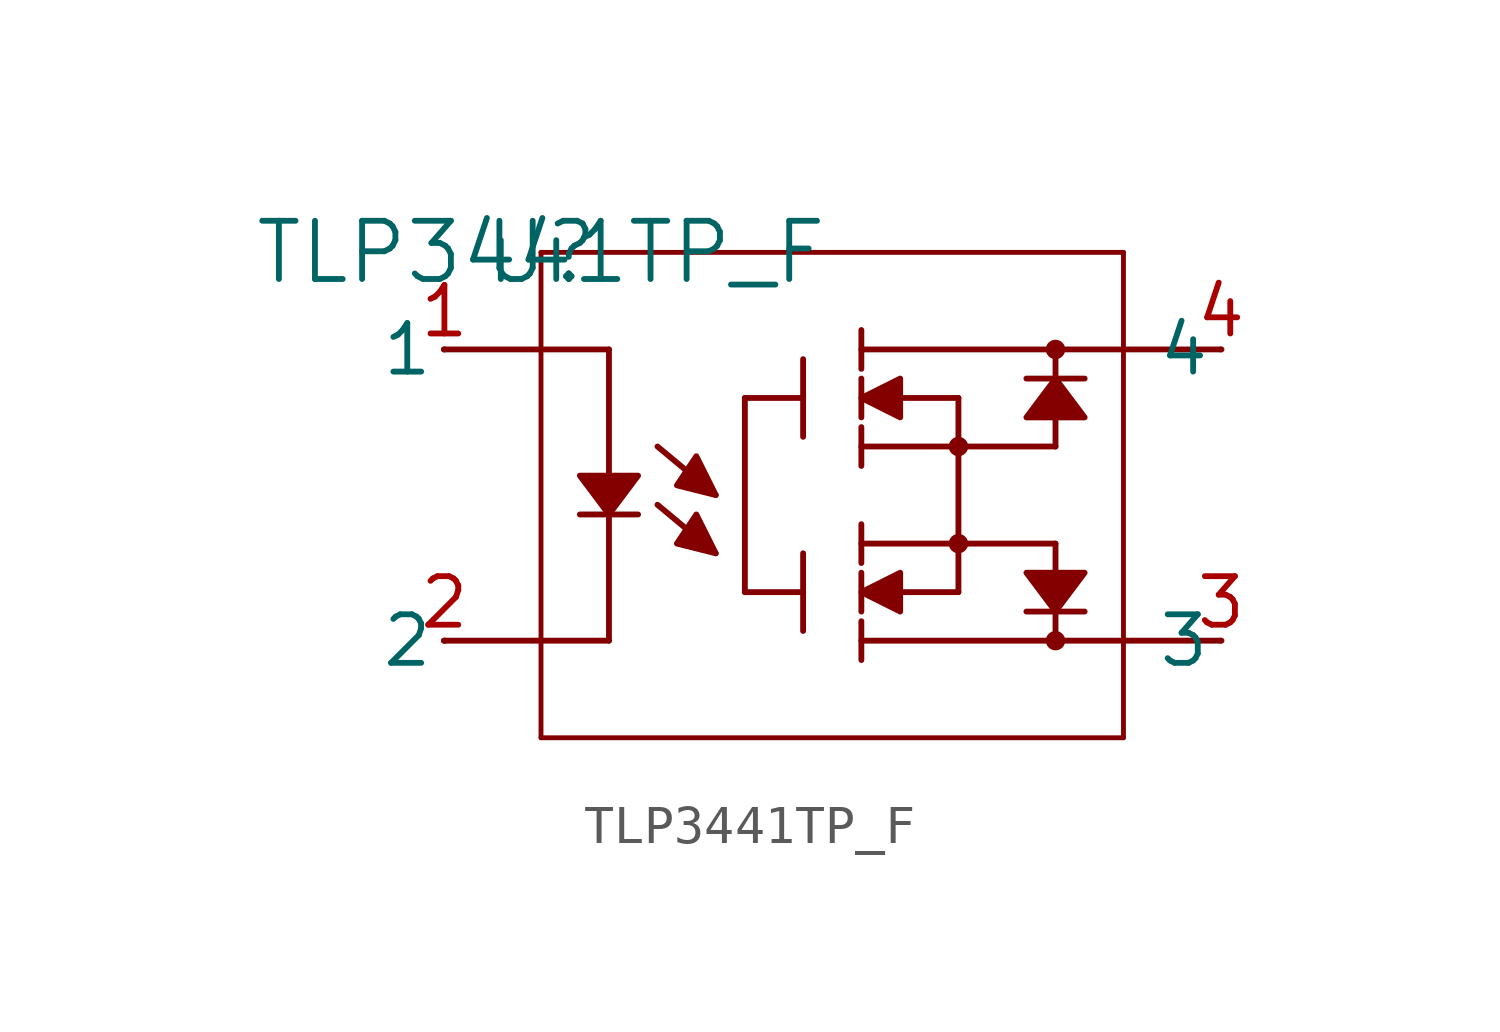
<source format=kicad_sym>
(kicad_symbol_lib
  (version 20211014)
  (generator kicad_symbol_editor)
  (symbol "TLP3441TP_F"
    (pin_names
      (offset 0.254))
    (property "Reference" "U"
      (at 0 0 0)
      (effects (font (size 1.524 1.524))))
    (property "Value" "TLP3441TP_F"
      (at 0 0 0)
      (effects (font (size 1.524 1.524))))
    (symbol "TLP3441TP_F_0_1"
      (polyline (pts (xy 4.572 -7.874) (xy 4.572 -7.874) (xy 4.064 -6.858) (xy 3.556 -7.62) (xy 4.572 -7.874)) (stroke (width 0) (type default) (color 0 0 0 0)) (fill (type outline)))
      (polyline (pts (xy -2.54 -2.54) (xy 0 -2.54)) (stroke (width 0) (type default) (color 0 0 0 0)) (fill (type none)))
      (polyline (pts (xy -2.54 -10.16) (xy 0 -10.16)) (stroke (width 0) (type default) (color 0 0 0 0)) (fill (type none)))
      (polyline (pts (xy 17.78 -10.16) (xy 15.24 -10.16)) (stroke (width 0) (type default) (color 0 0 0 0)) (fill (type none)))
      (polyline (pts (xy 17.78 -2.54) (xy 15.24 -2.54)) (stroke (width 0) (type default) (color 0 0 0 0)) (fill (type none)))
      (polyline (pts (xy 0 -12.7) (xy 0 0)) (stroke (width 0.127) (type default) (color 0 0 0 0)) (fill (type none)))
      (polyline (pts (xy 0 0) (xy 15.24 0)) (stroke (width 0.127) (type default) (color 0 0 0 0)) (fill (type none)))
      (polyline (pts (xy 15.24 0) (xy 15.24 -12.7)) (stroke (width 0.127) (type default) (color 0 0 0 0)) (fill (type none)))
      (polyline (pts (xy 15.24 -12.7) (xy 0 -12.7)) (stroke (width 0.127) (type default) (color 0 0 0 0)) (fill (type none)))
      (polyline (pts (xy 1.016 -6.858) (xy 2.54 -6.858)) (stroke (width 0) (type default) (color 0 0 0 0)) (fill (type none)))
      (polyline (pts (xy 1.778 -10.16) (xy 1.778 -6.858)) (stroke (width 0) (type default) (color 0 0 0 0)) (fill (type none)))
      (polyline (pts (xy 1.778 -2.54) (xy 1.778 -5.842)) (stroke (width 0) (type default) (color 0 0 0 0)) (fill (type none)))
      (polyline (pts (xy 1.778 -2.54) (xy 0 -2.54)) (stroke (width 0) (type default) (color 0 0 0 0)) (fill (type none)))
      (polyline (pts (xy 1.778 -10.16) (xy 0 -10.16)) (stroke (width 0) (type default) (color 0 0 0 0)) (fill (type none)))
      (polyline (pts (xy 12.7 -9.398) (xy 14.224 -9.398)) (stroke (width 0) (type default) (color 0 0 0 0)) (fill (type none)))
      (polyline (pts (xy 13.462 -9.398) (xy 13.462 -10.16)) (stroke (width 0) (type default) (color 0 0 0 0)) (fill (type none)))
      (polyline (pts (xy 13.462 -7.62) (xy 13.462 -8.382)) (stroke (width 0) (type default) (color 0 0 0 0)) (fill (type none)))
      (polyline (pts (xy 13.462 -2.54) (xy 13.462 -3.302)) (stroke (width 0) (type default) (color 0 0 0 0)) (fill (type none)))
      (polyline (pts (xy 12.7 -3.302) (xy 14.224 -3.302)) (stroke (width 0) (type default) (color 0 0 0 0)) (fill (type none)))
      (polyline (pts (xy 13.462 -4.318) (xy 13.462 -5.08)) (stroke (width 0) (type default) (color 0 0 0 0)) (fill (type none)))
      (polyline (pts (xy 8.382 -5.08) (xy 13.462 -5.08)) (stroke (width 0) (type default) (color 0 0 0 0)) (fill (type none)))
      (polyline (pts (xy 8.382 -7.62) (xy 13.462 -7.62)) (stroke (width 0) (type default) (color 0 0 0 0)) (fill (type none)))
      (polyline (pts (xy 9.398 -3.81) (xy 10.922 -3.81)) (stroke (width 0) (type default) (color 0 0 0 0)) (fill (type none)))
      (polyline (pts (xy 8.382 -2.54) (xy 15.24 -2.54)) (stroke (width 0) (type default) (color 0 0 0 0)) (fill (type none)))
      (polyline (pts (xy 10.922 -3.81) (xy 10.922 -8.89)) (stroke (width 0) (type default) (color 0 0 0 0)) (fill (type none)))
      (polyline (pts (xy 9.398 -8.89) (xy 10.922 -8.89)) (stroke (width 0) (type default) (color 0 0 0 0)) (fill (type none)))
      (polyline (pts (xy 8.382 -10.16) (xy 15.24 -10.16)) (stroke (width 0) (type default) (color 0 0 0 0)) (fill (type none)))
      (polyline (pts (xy 6.858 -2.794) (xy 6.858 -4.826)) (stroke (width 0) (type default) (color 0 0 0 0)) (fill (type none)))
      (polyline (pts (xy 6.858 -7.874) (xy 6.858 -9.906)) (stroke (width 0) (type default) (color 0 0 0 0)) (fill (type none)))
      (polyline (pts (xy 6.858 -3.81) (xy 5.334 -3.81)) (stroke (width 0) (type default) (color 0 0 0 0)) (fill (type none)))
      (polyline (pts (xy 6.858 -8.89) (xy 5.334 -8.89)) (stroke (width 0) (type default) (color 0 0 0 0)) (fill (type none)))
      (polyline (pts (xy 5.334 -3.81) (xy 5.334 -8.89)) (stroke (width 0) (type default) (color 0 0 0 0)) (fill (type none)))
      (polyline (pts (xy 8.382 -3.302) (xy 8.382 -4.318)) (stroke (width 0) (type default) (color 0 0 0 0)) (fill (type none)))
      (polyline (pts (xy 8.382 -2.032) (xy 8.382 -3.048)) (stroke (width 0) (type default) (color 0 0 0 0)) (fill (type none)))
      (polyline (pts (xy 8.382 -4.572) (xy 8.382 -5.588)) (stroke (width 0) (type default) (color 0 0 0 0)) (fill (type none)))
      (polyline (pts (xy 8.382 -7.112) (xy 8.382 -8.128)) (stroke (width 0) (type default) (color 0 0 0 0)) (fill (type none)))
      (polyline (pts (xy 8.382 -8.382) (xy 8.382 -9.398)) (stroke (width 0) (type default) (color 0 0 0 0)) (fill (type none)))
      (polyline (pts (xy 8.382 -9.652) (xy 8.382 -10.668)) (stroke (width 0) (type default) (color 0 0 0 0)) (fill (type none)))
      (polyline (pts (xy 4.572 -6.35) (xy 3.048 -5.08)) (stroke (width 0) (type default) (color 0 0 0 0)) (fill (type none)))
      (polyline (pts (xy 4.572 -7.874) (xy 3.048 -6.604)) (stroke (width 0) (type default) (color 0 0 0 0)) (fill (type none)))
      (circle (center 13.462 -2.54) (radius 0.127) (stroke (width 0.254) (type default) (color 0 0 0 0)) (fill (type none)))
      (circle (center 13.462 -10.16) (radius 0.127) (stroke (width 0.254) (type default) (color 0 0 0 0)) (fill (type none)))
      (circle (center 10.922 -5.08) (radius 0.127) (stroke (width 0.254) (type default) (color 0 0 0 0)) (fill (type none)))
      (circle (center 10.922 -7.62) (radius 0.127) (stroke (width 0.254) (type default) (color 0 0 0 0)) (fill (type none)))
      (polyline (pts (xy 1.016 -5.842) (xy 1.016 -5.842) (xy 2.54 -5.842) (xy 1.778 -6.858) (xy 1.016 -5.842)) (stroke (width 0) (type default) (color 0 0 0 0)) (fill (type outline)))
      (polyline (pts (xy 12.7 -8.382) (xy 12.7 -8.382) (xy 14.224 -8.382) (xy 13.462 -9.398) (xy 12.7 -8.382)) (stroke (width 0) (type default) (color 0 0 0 0)) (fill (type outline)))
      (polyline (pts (xy 13.462 -3.302) (xy 13.462 -3.302) (xy 12.7 -4.318) (xy 14.224 -4.318) (xy 13.462 -3.302)) (stroke (width 0) (type default) (color 0 0 0 0)) (fill (type outline)))
      (polyline (pts (xy 8.382 -3.81) (xy 8.382 -3.81) (xy 9.398 -3.302) (xy 9.398 -4.318) (xy 8.382 -3.81)) (stroke (width 0) (type default) (color 0 0 0 0)) (fill (type outline)))
      (polyline (pts (xy 8.382 -8.89) (xy 8.382 -8.89) (xy 9.398 -8.382) (xy 9.398 -9.398) (xy 8.382 -8.89)) (stroke (width 0) (type default) (color 0 0 0 0)) (fill (type outline)))
      (polyline (pts (xy 4.572 -6.35) (xy 4.572 -6.35) (xy 4.064 -5.334) (xy 3.556 -6.096) (xy 4.572 -6.35)) (stroke (width 0) (type default) (color 0 0 0 0)) (fill (type outline)))
      (pin unspecified line (at -2.515 -2.54 180) (length 0.025) (name "1" (effects (font (size 1.27 1.27)))) (number "1" (effects (font (size 1.27 1.27)))))
      (pin unspecified line (at -2.515 -10.16 180) (length 0.025) (name "2" (effects (font (size 1.27 1.27)))) (number "2" (effects (font (size 1.27 1.27)))))
      (pin unspecified line (at 17.805 -10.16 180) (length 0.025) (name "3" (effects (font (size 1.27 1.27)))) (number "3" (effects (font (size 1.27 1.27)))))
      (pin unspecified line (at 17.805 -2.54 180) (length 0.025) (name "4" (effects (font (size 1.27 1.27)))) (number "4" (effects (font (size 1.27 1.27))))))))
</source>
